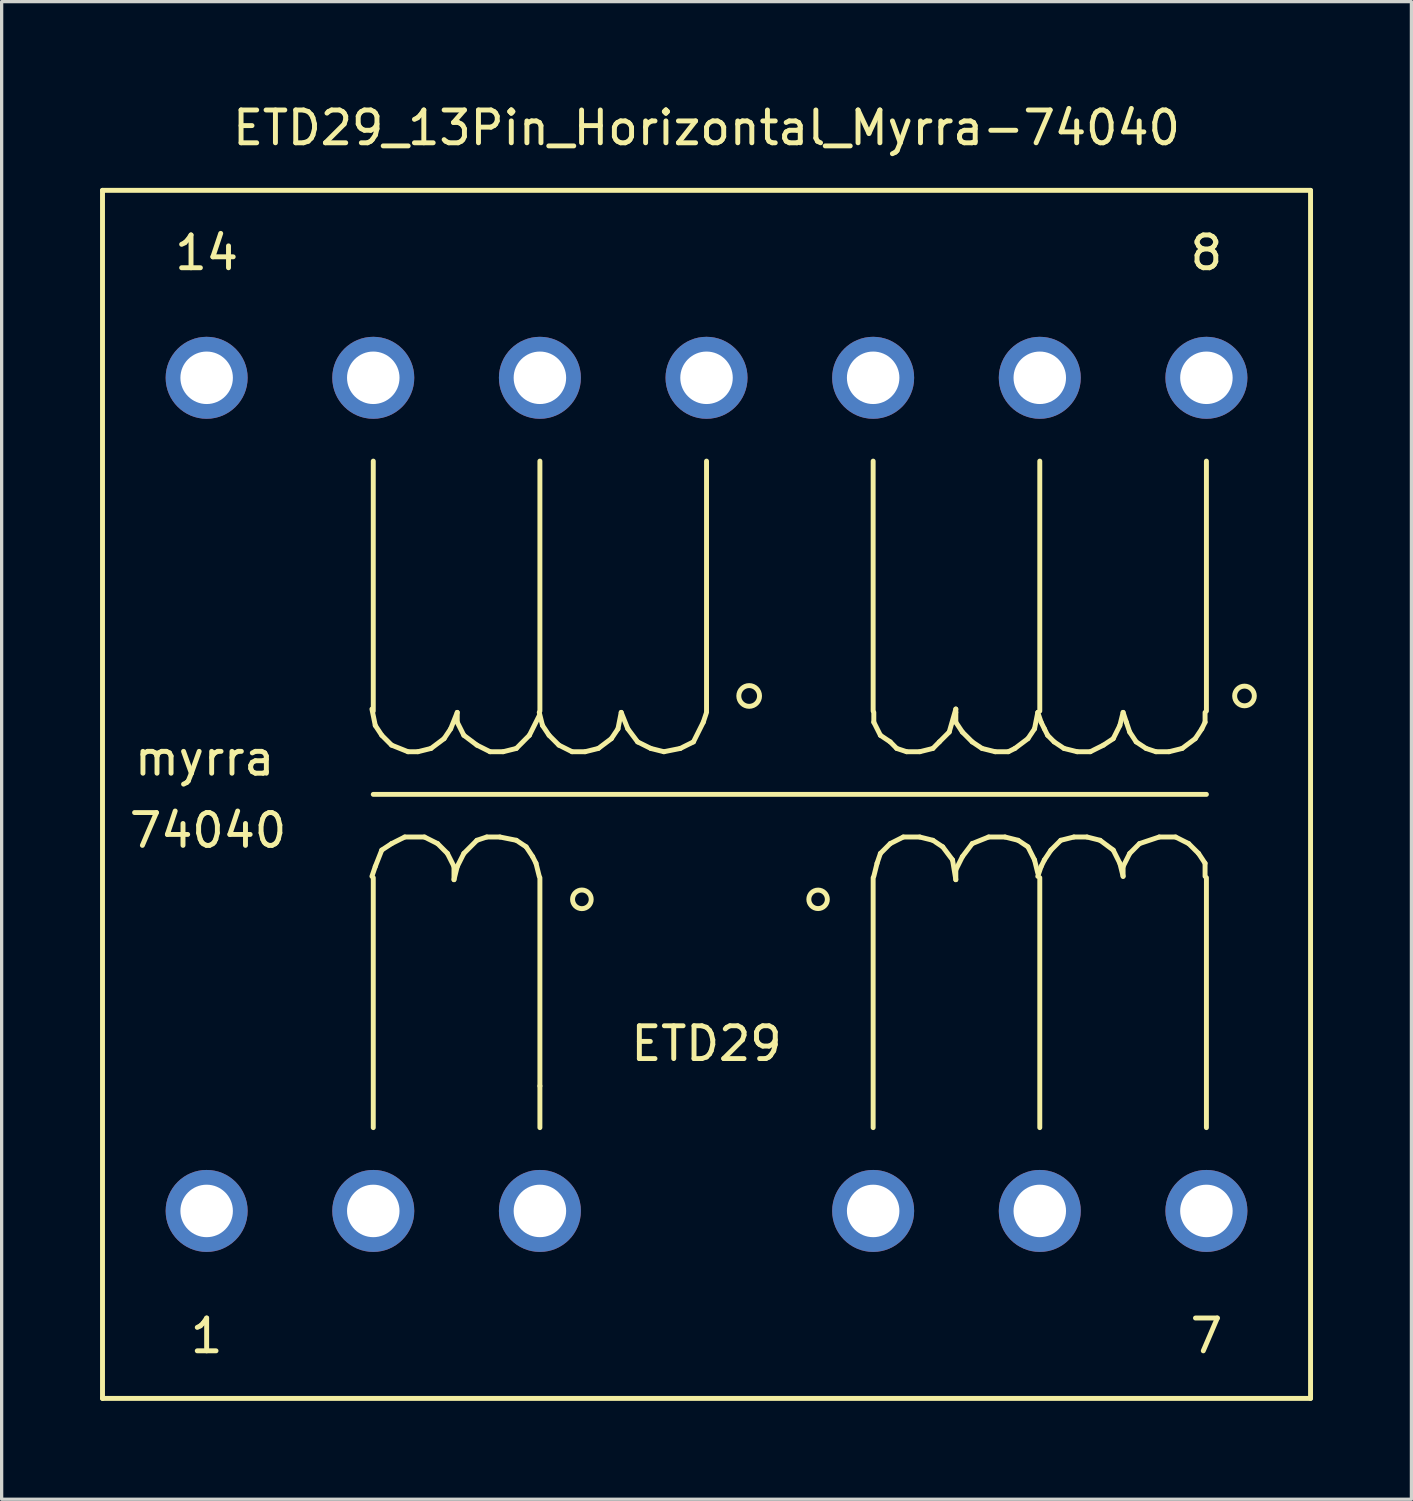
<source format=kicad_pcb>
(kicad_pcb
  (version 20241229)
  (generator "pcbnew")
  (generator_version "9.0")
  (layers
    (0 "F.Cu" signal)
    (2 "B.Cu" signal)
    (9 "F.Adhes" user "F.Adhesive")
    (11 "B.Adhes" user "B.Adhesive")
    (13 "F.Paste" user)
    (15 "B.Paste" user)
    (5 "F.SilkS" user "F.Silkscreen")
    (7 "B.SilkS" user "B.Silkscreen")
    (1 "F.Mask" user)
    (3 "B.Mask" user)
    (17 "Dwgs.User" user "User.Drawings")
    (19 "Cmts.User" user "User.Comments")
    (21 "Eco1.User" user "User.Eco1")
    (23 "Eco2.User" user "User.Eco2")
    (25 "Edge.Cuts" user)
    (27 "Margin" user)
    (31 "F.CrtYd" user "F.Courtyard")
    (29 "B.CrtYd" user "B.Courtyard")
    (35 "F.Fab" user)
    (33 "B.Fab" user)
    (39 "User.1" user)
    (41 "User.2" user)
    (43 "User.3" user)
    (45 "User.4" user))
  (footprint "ETD29_13Pin_Horizontal_Myrra-74040"
    (layer "F.Cu")
    (at 18.49 21.168)
    (property "Reference" "ETD29_13Pin_Horizontal_Myrra-74040" (at 0 -20.32 0) (layer "F.SilkS") (effects (font (size 1 1) (thickness 0.15))))
    (attr through_hole)
    (fp_line (start -18.415 -18.415) (end 18.415 -18.415) (stroke (width 0.15) (type solid)) (layer "F.SilkS"))
    (fp_line (start -18.415 18.415) (end -18.415 -18.415) (stroke (width 0.15) (type solid)) (layer "F.SilkS"))
    (fp_line (start -10.201 2.499) (end -10.099 2.2) (stroke (width 0.15) (type solid)) (layer "F.SilkS"))
    (fp_line (start -10.16 -2.54) (end -10.16 -10.16) (stroke (width 0.15) (type solid)) (layer "F.SilkS"))
    (fp_line (start -10.16 0) (end 15.24 0) (stroke (width 0.15) (type solid)) (layer "F.SilkS"))
    (fp_line (start -10.16 10.16) (end -10.16 2.54) (stroke (width 0.15) (type solid)) (layer "F.SilkS"))
    (fp_line (start -10.099 -2.101) (end -10.201 -2.601) (stroke (width 0.15) (type solid)) (layer "F.SilkS"))
    (fp_line (start -10.099 2.2) (end -9.901 1.699) (stroke (width 0.15) (type solid)) (layer "F.SilkS"))
    (fp_line (start -9.901 -1.801) (end -10.099 -2.101) (stroke (width 0.15) (type solid)) (layer "F.SilkS"))
    (fp_line (start -9.901 1.699) (end -9.601 1.501) (stroke (width 0.15) (type solid)) (layer "F.SilkS"))
    (fp_line (start -9.601 -1.501) (end -9.901 -1.801) (stroke (width 0.15) (type solid)) (layer "F.SilkS"))
    (fp_line (start -9.601 1.501) (end -9.2 1.3) (stroke (width 0.15) (type solid)) (layer "F.SilkS"))
    (fp_line (start -9.2 1.3) (end -8.6 1.3) (stroke (width 0.15) (type solid)) (layer "F.SilkS"))
    (fp_line (start -9.101 -1.3) (end -9.601 -1.501) (stroke (width 0.15) (type solid)) (layer "F.SilkS"))
    (fp_line (start -8.801 -1.3) (end -9.101 -1.3) (stroke (width 0.15) (type solid)) (layer "F.SilkS"))
    (fp_line (start -8.6 1.3) (end -8.199 1.501) (stroke (width 0.15) (type solid)) (layer "F.SilkS"))
    (fp_line (start -8.4 -1.4) (end -8.801 -1.3) (stroke (width 0.15) (type solid)) (layer "F.SilkS"))
    (fp_line (start -8.199 1.501) (end -7.899 1.801) (stroke (width 0.15) (type solid)) (layer "F.SilkS"))
    (fp_line (start -8.001 -1.699) (end -8.4 -1.4) (stroke (width 0.15) (type solid)) (layer "F.SilkS"))
    (fp_line (start -7.899 1.801) (end -7.699 2.2) (stroke (width 0.15) (type solid)) (layer "F.SilkS"))
    (fp_line (start -7.8 -1.999) (end -8.001 -1.699) (stroke (width 0.15) (type solid)) (layer "F.SilkS"))
    (fp_line (start -7.699 2.2) (end -7.699 2.601) (stroke (width 0.15) (type solid)) (layer "F.SilkS"))
    (fp_line (start -7.699 2.601) (end -7.6 2.2) (stroke (width 0.15) (type solid)) (layer "F.SilkS"))
    (fp_line (start -7.6 -2.499) (end -7.8 -1.999) (stroke (width 0.15) (type solid)) (layer "F.SilkS"))
    (fp_line (start -7.6 -2.2) (end -7.6 -2.499) (stroke (width 0.15) (type solid)) (layer "F.SilkS"))
    (fp_line (start -7.6 2.2) (end -7.399 1.801) (stroke (width 0.15) (type solid)) (layer "F.SilkS"))
    (fp_line (start -7.399 -1.801) (end -7.6 -2.2) (stroke (width 0.15) (type solid)) (layer "F.SilkS"))
    (fp_line (start -7.399 1.801) (end -7 1.4) (stroke (width 0.15) (type solid)) (layer "F.SilkS"))
    (fp_line (start -7 -1.501) (end -7.399 -1.801) (stroke (width 0.15) (type solid)) (layer "F.SilkS"))
    (fp_line (start -7 1.4) (end -6.701 1.3) (stroke (width 0.15) (type solid)) (layer "F.SilkS"))
    (fp_line (start -6.701 1.3) (end -6.299 1.3) (stroke (width 0.15) (type solid)) (layer "F.SilkS"))
    (fp_line (start -6.599 -1.3) (end -7 -1.501) (stroke (width 0.15) (type solid)) (layer "F.SilkS"))
    (fp_line (start -6.299 1.3) (end -5.799 1.4) (stroke (width 0.15) (type solid)) (layer "F.SilkS"))
    (fp_line (start -6.2 -1.3) (end -6.599 -1.3) (stroke (width 0.15) (type solid)) (layer "F.SilkS"))
    (fp_line (start -5.799 -1.4) (end -6.2 -1.3) (stroke (width 0.15) (type solid)) (layer "F.SilkS"))
    (fp_line (start -5.799 1.4) (end -5.499 1.6) (stroke (width 0.15) (type solid)) (layer "F.SilkS"))
    (fp_line (start -5.499 1.6) (end -5.301 1.9) (stroke (width 0.15) (type solid)) (layer "F.SilkS"))
    (fp_line (start -5.4 -1.801) (end -5.799 -1.4) (stroke (width 0.15) (type solid)) (layer "F.SilkS"))
    (fp_line (start -5.301 1.9) (end -5.199 2.101) (stroke (width 0.15) (type solid)) (layer "F.SilkS"))
    (fp_line (start -5.199 2.101) (end -5.1 2.499) (stroke (width 0.15) (type solid)) (layer "F.SilkS"))
    (fp_line (start -5.1 -2.4) (end -5.4 -1.801) (stroke (width 0.15) (type solid)) (layer "F.SilkS"))
    (fp_line (start -5.08 -2.54) (end -5.08 -10.16) (stroke (width 0.15) (type solid)) (layer "F.SilkS"))
    (fp_line (start -5.08 2.54) (end -5.08 8.89) (stroke (width 0.15) (type solid)) (layer "F.SilkS"))
    (fp_line (start -5.08 8.89) (end -5.08 10.16) (stroke (width 0.15) (type solid)) (layer "F.SilkS"))
    (fp_line (start -5.001 -2.101) (end -5.1 -2.499) (stroke (width 0.15) (type solid)) (layer "F.SilkS"))
    (fp_line (start -4.801 -1.801) (end -5.001 -2.101) (stroke (width 0.15) (type solid)) (layer "F.SilkS"))
    (fp_line (start -4.501 -1.501) (end -4.801 -1.801) (stroke (width 0.15) (type solid)) (layer "F.SilkS"))
    (fp_line (start -4.1 -1.3) (end -4.501 -1.501) (stroke (width 0.15) (type solid)) (layer "F.SilkS"))
    (fp_line (start -3.701 -1.3) (end -4.1 -1.3) (stroke (width 0.15) (type solid)) (layer "F.SilkS"))
    (fp_line (start -3.299 -1.4) (end -3.701 -1.3) (stroke (width 0.15) (type solid)) (layer "F.SilkS"))
    (fp_line (start -2.901 -1.699) (end -3.299 -1.4) (stroke (width 0.15) (type solid)) (layer "F.SilkS"))
    (fp_line (start -2.7 -1.999) (end -2.901 -1.699) (stroke (width 0.15) (type solid)) (layer "F.SilkS"))
    (fp_line (start -2.601 -2.499) (end -2.7 -1.999) (stroke (width 0.15) (type solid)) (layer "F.SilkS"))
    (fp_line (start -2.4 -1.999) (end -2.601 -2.499) (stroke (width 0.15) (type solid)) (layer "F.SilkS"))
    (fp_line (start -2.101 -1.6) (end -2.4 -1.999) (stroke (width 0.15) (type solid)) (layer "F.SilkS"))
    (fp_line (start -1.699 -1.4) (end -2.101 -1.6) (stroke (width 0.15) (type solid)) (layer "F.SilkS"))
    (fp_line (start -1.3 -1.3) (end -1.699 -1.4) (stroke (width 0.15) (type solid)) (layer "F.SilkS"))
    (fp_line (start -0.8 -1.4) (end -1.3 -1.3) (stroke (width 0.15) (type solid)) (layer "F.SilkS"))
    (fp_line (start -0.399 -1.6) (end -0.8 -1.4) (stroke (width 0.15) (type solid)) (layer "F.SilkS"))
    (fp_line (start -0.099 -2.2) (end -0.399 -1.6) (stroke (width 0.15) (type solid)) (layer "F.SilkS"))
    (fp_line (start 0 -2.54) (end 0 -10.16) (stroke (width 0.15) (type solid)) (layer "F.SilkS"))
    (fp_line (start 0 -2.499) (end -0.099 -2.2) (stroke (width 0.15) (type solid)) (layer "F.SilkS"))
    (fp_line (start 5.08 -2.54) (end 5.08 -10.16) (stroke (width 0.15) (type solid)) (layer "F.SilkS"))
    (fp_line (start 5.08 2.54) (end 5.08 10.16) (stroke (width 0.15) (type solid)) (layer "F.SilkS"))
    (fp_line (start 5.1 -2.2) (end 5.1 -2.499) (stroke (width 0.15) (type solid)) (layer "F.SilkS"))
    (fp_line (start 5.199 2.101) (end 5.1 2.499) (stroke (width 0.15) (type solid)) (layer "F.SilkS"))
    (fp_line (start 5.301 -1.801) (end 5.1 -2.2) (stroke (width 0.15) (type solid)) (layer "F.SilkS"))
    (fp_line (start 5.301 1.801) (end 5.199 2.101) (stroke (width 0.15) (type solid)) (layer "F.SilkS"))
    (fp_line (start 5.601 -1.6) (end 5.301 -1.801) (stroke (width 0.15) (type solid)) (layer "F.SilkS"))
    (fp_line (start 5.601 1.501) (end 5.301 1.801) (stroke (width 0.15) (type solid)) (layer "F.SilkS"))
    (fp_line (start 5.799 -1.4) (end 5.601 -1.6) (stroke (width 0.15) (type solid)) (layer "F.SilkS"))
    (fp_line (start 5.999 1.3) (end 5.601 1.501) (stroke (width 0.15) (type solid)) (layer "F.SilkS"))
    (fp_line (start 6.101 -1.3) (end 5.799 -1.4) (stroke (width 0.15) (type solid)) (layer "F.SilkS"))
    (fp_line (start 6.5 -1.3) (end 6.101 -1.3) (stroke (width 0.15) (type solid)) (layer "F.SilkS"))
    (fp_line (start 6.5 1.3) (end 5.999 1.3) (stroke (width 0.15) (type solid)) (layer "F.SilkS"))
    (fp_line (start 6.901 -1.4) (end 6.5 -1.3) (stroke (width 0.15) (type solid)) (layer "F.SilkS"))
    (fp_line (start 6.901 1.4) (end 6.5 1.3) (stroke (width 0.15) (type solid)) (layer "F.SilkS"))
    (fp_line (start 7.099 -1.6) (end 6.901 -1.4) (stroke (width 0.15) (type solid)) (layer "F.SilkS"))
    (fp_line (start 7.201 1.6) (end 6.901 1.4) (stroke (width 0.15) (type solid)) (layer "F.SilkS"))
    (fp_line (start 7.399 -1.9) (end 7.099 -1.6) (stroke (width 0.15) (type solid)) (layer "F.SilkS"))
    (fp_line (start 7.501 1.999) (end 7.201 1.6) (stroke (width 0.15) (type solid)) (layer "F.SilkS"))
    (fp_line (start 7.6 -2.601) (end 7.399 -1.9) (stroke (width 0.15) (type solid)) (layer "F.SilkS"))
    (fp_line (start 7.6 -2.499) (end 7.6 -2.601) (stroke (width 0.15) (type solid)) (layer "F.SilkS"))
    (fp_line (start 7.6 -2.2) (end 7.6 -2.499) (stroke (width 0.15) (type solid)) (layer "F.SilkS"))
    (fp_line (start 7.6 2.301) (end 7.6 2.601) (stroke (width 0.15) (type solid)) (layer "F.SilkS"))
    (fp_line (start 7.6 2.601) (end 7.501 1.999) (stroke (width 0.15) (type solid)) (layer "F.SilkS"))
    (fp_line (start 7.8 -1.9) (end 7.6 -2.2) (stroke (width 0.15) (type solid)) (layer "F.SilkS"))
    (fp_line (start 7.8 1.9) (end 7.6 2.301) (stroke (width 0.15) (type solid)) (layer "F.SilkS"))
    (fp_line (start 8.1 -1.6) (end 7.8 -1.9) (stroke (width 0.15) (type solid)) (layer "F.SilkS"))
    (fp_line (start 8.1 1.501) (end 7.8 1.9) (stroke (width 0.15) (type solid)) (layer "F.SilkS"))
    (fp_line (start 8.4 -1.4) (end 8.1 -1.6) (stroke (width 0.15) (type solid)) (layer "F.SilkS"))
    (fp_line (start 8.6 1.3) (end 8.1 1.501) (stroke (width 0.15) (type solid)) (layer "F.SilkS"))
    (fp_line (start 8.801 -1.3) (end 8.4 -1.4) (stroke (width 0.15) (type solid)) (layer "F.SilkS"))
    (fp_line (start 9.101 1.3) (end 8.6 1.3) (stroke (width 0.15) (type solid)) (layer "F.SilkS"))
    (fp_line (start 9.2 -1.3) (end 8.801 -1.3) (stroke (width 0.15) (type solid)) (layer "F.SilkS"))
    (fp_line (start 9.401 -1.4) (end 9.2 -1.3) (stroke (width 0.15) (type solid)) (layer "F.SilkS"))
    (fp_line (start 9.5 1.4) (end 9.101 1.3) (stroke (width 0.15) (type solid)) (layer "F.SilkS"))
    (fp_line (start 9.799 -1.699) (end 9.401 -1.4) (stroke (width 0.15) (type solid)) (layer "F.SilkS"))
    (fp_line (start 9.799 1.6) (end 9.5 1.4) (stroke (width 0.15) (type solid)) (layer "F.SilkS"))
    (fp_line (start 10 -1.999) (end 9.799 -1.699) (stroke (width 0.15) (type solid)) (layer "F.SilkS"))
    (fp_line (start 10 1.999) (end 9.799 1.6) (stroke (width 0.15) (type solid)) (layer "F.SilkS"))
    (fp_line (start 10.099 -2.499) (end 10 -1.999) (stroke (width 0.15) (type solid)) (layer "F.SilkS"))
    (fp_line (start 10.099 2.4) (end 10 1.999) (stroke (width 0.15) (type solid)) (layer "F.SilkS"))
    (fp_line (start 10.16 -2.54) (end 10.16 -10.16) (stroke (width 0.15) (type solid)) (layer "F.SilkS"))
    (fp_line (start 10.16 2.54) (end 10.16 10.16) (stroke (width 0.15) (type solid)) (layer "F.SilkS"))
    (fp_line (start 10.201 -2.2) (end 10.099 -2.499) (stroke (width 0.15) (type solid)) (layer "F.SilkS"))
    (fp_line (start 10.201 2.2) (end 10.099 2.499) (stroke (width 0.15) (type solid)) (layer "F.SilkS"))
    (fp_line (start 10.3 -1.999) (end 10.201 -2.2) (stroke (width 0.15) (type solid)) (layer "F.SilkS"))
    (fp_line (start 10.3 1.999) (end 10.201 2.2) (stroke (width 0.15) (type solid)) (layer "F.SilkS"))
    (fp_line (start 10.399 -1.801) (end 10.3 -1.999) (stroke (width 0.15) (type solid)) (layer "F.SilkS"))
    (fp_line (start 10.5 1.699) (end 10.3 1.999) (stroke (width 0.15) (type solid)) (layer "F.SilkS"))
    (fp_line (start 10.599 -1.6) (end 10.399 -1.801) (stroke (width 0.15) (type solid)) (layer "F.SilkS"))
    (fp_line (start 10.8 1.4) (end 10.5 1.699) (stroke (width 0.15) (type solid)) (layer "F.SilkS"))
    (fp_line (start 10.899 -1.4) (end 10.599 -1.6) (stroke (width 0.15) (type solid)) (layer "F.SilkS"))
    (fp_line (start 11.199 1.3) (end 10.8 1.4) (stroke (width 0.15) (type solid)) (layer "F.SilkS"))
    (fp_line (start 11.3 -1.3) (end 10.899 -1.4) (stroke (width 0.15) (type solid)) (layer "F.SilkS"))
    (fp_line (start 11.6 1.3) (end 11.199 1.3) (stroke (width 0.15) (type solid)) (layer "F.SilkS"))
    (fp_line (start 11.699 -1.3) (end 11.3 -1.3) (stroke (width 0.15) (type solid)) (layer "F.SilkS"))
    (fp_line (start 11.999 1.4) (end 11.6 1.3) (stroke (width 0.15) (type solid)) (layer "F.SilkS"))
    (fp_line (start 12.101 -1.501) (end 11.699 -1.3) (stroke (width 0.15) (type solid)) (layer "F.SilkS"))
    (fp_line (start 12.4 -1.699) (end 12.101 -1.501) (stroke (width 0.15) (type solid)) (layer "F.SilkS"))
    (fp_line (start 12.4 1.699) (end 11.999 1.4) (stroke (width 0.15) (type solid)) (layer "F.SilkS"))
    (fp_line (start 12.601 -2.101) (end 12.4 -1.699) (stroke (width 0.15) (type solid)) (layer "F.SilkS"))
    (fp_line (start 12.601 2.101) (end 12.4 1.699) (stroke (width 0.15) (type solid)) (layer "F.SilkS"))
    (fp_line (start 12.7 -2.499) (end 12.601 -2.101) (stroke (width 0.15) (type solid)) (layer "F.SilkS"))
    (fp_line (start 12.7 2.2) (end 12.7 2.499) (stroke (width 0.15) (type solid)) (layer "F.SilkS"))
    (fp_line (start 12.7 2.499) (end 12.601 2.101) (stroke (width 0.15) (type solid)) (layer "F.SilkS"))
    (fp_line (start 12.799 -2.2) (end 12.7 -2.499) (stroke (width 0.15) (type solid)) (layer "F.SilkS"))
    (fp_line (start 12.901 -1.9) (end 12.799 -2.2) (stroke (width 0.15) (type solid)) (layer "F.SilkS"))
    (fp_line (start 12.901 1.801) (end 12.7 2.2) (stroke (width 0.15) (type solid)) (layer "F.SilkS"))
    (fp_line (start 13.099 -1.6) (end 12.901 -1.9) (stroke (width 0.15) (type solid)) (layer "F.SilkS"))
    (fp_line (start 13.2 1.501) (end 12.901 1.801) (stroke (width 0.15) (type solid)) (layer "F.SilkS"))
    (fp_line (start 13.401 -1.4) (end 13.099 -1.6) (stroke (width 0.15) (type solid)) (layer "F.SilkS"))
    (fp_line (start 13.701 -1.3) (end 13.401 -1.4) (stroke (width 0.15) (type solid)) (layer "F.SilkS"))
    (fp_line (start 13.8 1.3) (end 13.2 1.501) (stroke (width 0.15) (type solid)) (layer "F.SilkS"))
    (fp_line (start 14.1 -1.3) (end 13.701 -1.3) (stroke (width 0.15) (type solid)) (layer "F.SilkS"))
    (fp_line (start 14.3 1.3) (end 13.8 1.3) (stroke (width 0.15) (type solid)) (layer "F.SilkS"))
    (fp_line (start 14.501 -1.4) (end 14.1 -1.3) (stroke (width 0.15) (type solid)) (layer "F.SilkS"))
    (fp_line (start 14.699 1.501) (end 14.3 1.3) (stroke (width 0.15) (type solid)) (layer "F.SilkS"))
    (fp_line (start 14.9 -1.699) (end 14.501 -1.4) (stroke (width 0.15) (type solid)) (layer "F.SilkS"))
    (fp_line (start 15.001 1.801) (end 14.699 1.501) (stroke (width 0.15) (type solid)) (layer "F.SilkS"))
    (fp_line (start 15.1 -1.999) (end 14.9 -1.699) (stroke (width 0.15) (type solid)) (layer "F.SilkS"))
    (fp_line (start 15.199 -2.499) (end 15.199 -2.2) (stroke (width 0.15) (type solid)) (layer "F.SilkS"))
    (fp_line (start 15.199 -2.2) (end 15.1 -1.999) (stroke (width 0.15) (type solid)) (layer "F.SilkS"))
    (fp_line (start 15.199 2.101) (end 15.001 1.801) (stroke (width 0.15) (type solid)) (layer "F.SilkS"))
    (fp_line (start 15.199 2.499) (end 15.199 2.101) (stroke (width 0.15) (type solid)) (layer "F.SilkS"))
    (fp_line (start 15.24 -2.54) (end 15.24 -10.16) (stroke (width 0.15) (type solid)) (layer "F.SilkS"))
    (fp_line (start 15.24 2.54) (end 15.24 10.16) (stroke (width 0.15) (type solid)) (layer "F.SilkS"))
    (fp_line (start 18.415 -18.415) (end 18.415 18.415) (stroke (width 0.15) (type solid)) (layer "F.SilkS"))
    (fp_line (start 18.415 18.415) (end -18.415 18.415) (stroke (width 0.15) (type solid)) (layer "F.SilkS"))
    (fp_circle (center -3.8 3.2) (end -3.599 3.401) (stroke (width 0.15) (type solid)) (fill no) (layer "F.SilkS"))
    (fp_circle (center 1.3 -3) (end 1.4 -2.7) (stroke (width 0.15) (type solid)) (fill no) (layer "F.SilkS"))
    (fp_circle (center 3.401 3.2) (end 3.599 3.401) (stroke (width 0.15) (type solid)) (fill no) (layer "F.SilkS"))
    (fp_circle (center 16.401 -3) (end 16.401 -2.7) (stroke (width 0.15) (type solid)) (fill no) (layer "F.SilkS"))
    (fp_text user "7" (at 15.24 16.51 0) (layer "F.SilkS") (effects (font (size 1 1) (thickness 0.15))))
    (fp_text user "1" (at -15.24 16.51 0) (layer "F.SilkS") (effects (font (size 1 1) (thickness 0.15))))
    (fp_text user "14" (at -15.24 -16.51 0) (layer "F.SilkS") (effects (font (size 1 1) (thickness 0.15))))
    (fp_text user "ETD29" (at 0 7.6 0) (layer "F.SilkS") (effects (font (size 1 1) (thickness 0.15))))
    (fp_text user "8" (at 15.24 -16.51 0) (layer "F.SilkS") (effects (font (size 1 1) (thickness 0.15))))
    (fp_text user "74040" (at -15.199 1.1 0) (layer "F.SilkS") (effects (font (size 1 1) (thickness 0.15))))
    (fp_text user "myrra" (at -15.301 -1.1 0) (layer "F.SilkS") (effects (font (size 1 1) (thickness 0.15))))
    (pad "1" thru_hole circle (at -15.24 12.7) (size 2.499 2.499) (drill 1.6) (layers "*.Cu" "*.Mask"))
    (pad "2" thru_hole circle (at -10.16 12.7) (size 2.499 2.499) (drill 1.6) (layers "*.Cu" "*.Mask"))
    (pad "3" thru_hole circle (at -5.08 12.7) (size 2.499 2.499) (drill 1.6) (layers "*.Cu" "*.Mask"))
    (pad "5" thru_hole circle (at 5.08 12.7) (size 2.499 2.499) (drill 1.6) (layers "*.Cu" "*.Mask"))
    (pad "6" thru_hole circle (at 10.16 12.7) (size 2.499 2.499) (drill 1.6) (layers "*.Cu" "*.Mask"))
    (pad "7" thru_hole circle (at 15.24 12.7) (size 2.499 2.499) (drill 1.6) (layers "*.Cu" "*.Mask"))
    (pad "8" thru_hole circle (at 15.24 -12.7) (size 2.499 2.499) (drill 1.6) (layers "*.Cu" "*.Mask"))
    (pad "9" thru_hole circle (at 10.16 -12.7) (size 2.499 2.499) (drill 1.6) (layers "*.Cu" "*.Mask"))
    (pad "10" thru_hole circle (at 5.08 -12.7) (size 2.499 2.499) (drill 1.6) (layers "*.Cu" "*.Mask"))
    (pad "11" thru_hole circle (at 0 -12.7) (size 2.499 2.499) (drill 1.6) (layers "*.Cu" "*.Mask"))
    (pad "12" thru_hole circle (at -5.08 -12.7) (size 2.499 2.499) (drill 1.6) (layers "*.Cu" "*.Mask"))
    (pad "13" thru_hole circle (at -10.16 -12.7) (size 2.499 2.499) (drill 1.6) (layers "*.Cu" "*.Mask"))
    (pad "14" thru_hole circle (at -15.24 -12.7) (size 2.499 2.499) (drill 1.6) (layers "*.Cu" "*.Mask")))
  (gr_rect
    (start -3 -3)
    (end 39.98 42.658)
    (stroke (width 0.1) (type default))
    (fill no)
    (layer "Edge.Cuts")))
</source>
